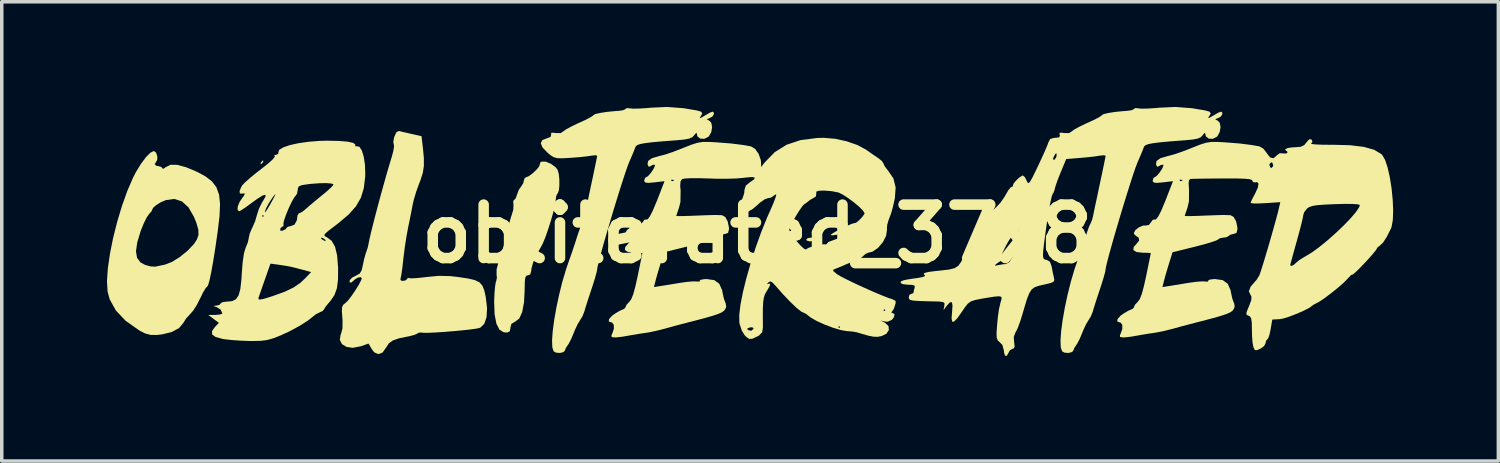
<source format=kicad_pcb>
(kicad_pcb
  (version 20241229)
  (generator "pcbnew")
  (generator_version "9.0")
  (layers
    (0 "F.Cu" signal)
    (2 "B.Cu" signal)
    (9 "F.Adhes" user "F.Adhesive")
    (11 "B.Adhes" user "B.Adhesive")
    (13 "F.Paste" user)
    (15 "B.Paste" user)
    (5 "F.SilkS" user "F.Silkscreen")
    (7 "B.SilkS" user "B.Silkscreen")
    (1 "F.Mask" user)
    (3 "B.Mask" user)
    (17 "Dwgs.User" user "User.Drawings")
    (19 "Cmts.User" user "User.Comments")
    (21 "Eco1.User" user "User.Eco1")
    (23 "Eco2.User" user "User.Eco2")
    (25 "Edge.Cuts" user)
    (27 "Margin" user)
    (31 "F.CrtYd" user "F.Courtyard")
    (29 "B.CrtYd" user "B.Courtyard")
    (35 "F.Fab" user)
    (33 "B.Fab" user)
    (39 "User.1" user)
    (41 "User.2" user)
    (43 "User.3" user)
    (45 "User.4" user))
  (footprint "obliterated_37x8"
    (layer "F.Cu")
    (at 18.543 3.619)
    (property "Reference" "obliterated_37x8" (at 0 0 0) (layer "F.SilkS") (effects (font (size 1.524 1.524) (thickness 0.3))))
    (attr through_hole)
    (fp_poly (pts (xy -14.086 -2.06) (xy -14.096 -2.041) (xy -14.147 -1.989) (xy -14.156 -1.987) (xy -14.16 -2.022) (xy -14.15 -2.041) (xy -14.099 -2.092) (xy -14.09 -2.094)) (stroke (width 0) (type solid)) (fill yes) (layer "F.SilkS"))
    (fp_poly (pts (xy 1.625 0.124) (xy 1.638 0.161) (xy 1.562 0.206) (xy 1.5 0.215) (xy 1.415 0.192) (xy 1.396 0.161) (xy 1.442 0.121) (xy 1.534 0.107)) (stroke (width 0) (type solid)) (fill yes) (layer "F.SilkS"))
    (fp_poly (pts (xy -6.029 -2.059) (xy -5.884 -1.999) (xy -5.753 -1.904) (xy -5.694 -1.829) (xy -5.66 -1.714) (xy -5.643 -1.552) (xy -5.642 -1.38) (xy -5.657 -1.235) (xy -5.689 -1.157) (xy -5.692 -1.155) (xy -5.732 -1.082) (xy -5.746 -0.97) (xy -5.764 -0.833) (xy -5.813 -0.627) (xy -5.882 -0.382) (xy -5.963 -0.127) (xy -6.045 0.105) (xy -6.12 0.286) (xy -6.163 0.366) (xy -6.288 0.581) (xy -6.385 0.8) (xy -6.438 0.988) (xy -6.444 1.049) (xy -6.473 1.157) (xy -6.538 1.181) (xy -6.586 1.195) (xy -6.614 1.249) (xy -6.628 1.365) (xy -6.632 1.565) (xy -6.632 1.598) (xy -6.65 1.954) (xy -6.702 2.228) (xy -6.785 2.413) (xy -6.899 2.501) (xy -6.906 2.503) (xy -7.011 2.567) (xy -7.035 2.661) (xy -7.053 2.775) (xy -7.127 2.814) (xy -7.229 2.806) (xy -7.351 2.732) (xy -7.438 2.561) (xy -7.489 2.295) (xy -7.502 1.939) (xy -7.501 1.906) (xy -7.492 1.683) (xy -7.475 1.497) (xy -7.455 1.377) (xy -7.445 1.353) (xy -7.423 1.25) (xy -7.434 1.15) (xy -7.431 1.007) (xy -7.373 0.793) (xy -7.328 0.67) (xy -7.262 0.481) (xy -7.223 0.32) (xy -7.22 0.222) (xy -7.209 0.105) (xy -7.17 0.055) (xy -7.11 -0.046) (xy -7.088 -0.169) (xy -7.067 -0.325) (xy -7.015 -0.501) (xy -7.005 -0.525) (xy -6.958 -0.684) (xy -6.949 -0.824) (xy -6.953 -0.845) (xy -6.958 -0.938) (xy -6.933 -0.967) (xy -6.887 -1.013) (xy -6.848 -1.124) (xy -6.848 -1.124) (xy -6.797 -1.26) (xy -6.736 -1.345) (xy -6.669 -1.451) (xy -6.659 -1.51) (xy -6.629 -1.594) (xy -6.592 -1.613) (xy -6.511 -1.647) (xy -6.402 -1.728) (xy -6.295 -1.829) (xy -6.218 -1.923) (xy -6.2 -1.983) (xy -6.184 -2.038) (xy -6.145 -2.061)) (stroke (width 0) (type solid)) (fill yes) (layer "F.SilkS"))
    (fp_poly (pts (xy -17.144 -2.318) (xy -17.108 -2.218) (xy -17.109 -2.113) (xy -17.132 -2.071) (xy -17.182 -1.986) (xy -17.132 -1.939) (xy -17.077 -1.933) (xy -16.989 -1.907) (xy -16.969 -1.871) (xy -16.937 -1.855) (xy -16.863 -1.905) (xy -16.727 -1.971) (xy -16.535 -1.968) (xy -16.277 -1.897) (xy -15.994 -1.778) (xy -15.74 -1.643) (xy -15.551 -1.499) (xy -15.422 -1.329) (xy -15.346 -1.118) (xy -15.318 -0.849) (xy -15.333 -0.509) (xy -15.38 -0.107) (xy -15.449 0.374) (xy -15.513 0.778) (xy -15.571 1.1) (xy -15.62 1.331) (xy -15.661 1.468) (xy -15.687 1.504) (xy -15.73 1.549) (xy -15.801 1.668) (xy -15.883 1.835) (xy -15.887 1.842) (xy -15.984 2.032) (xy -16.088 2.194) (xy -16.169 2.285) (xy -16.289 2.416) (xy -16.365 2.54) (xy -16.486 2.685) (xy -16.693 2.797) (xy -16.969 2.866) (xy -17.103 2.881) (xy -17.298 2.881) (xy -17.462 2.837) (xy -17.622 2.753) (xy -18.008 2.481) (xy -18.289 2.185) (xy -18.466 1.865) (xy -18.525 1.644) (xy -18.543 1.357) (xy -18.519 0.995) (xy -18.459 0.577) (xy -18.444 0.498) (xy -17.716 0.498) (xy -17.685 0.684) (xy -17.587 0.814) (xy -17.449 0.888) (xy -17.295 0.928) (xy -17.167 0.935) (xy -17.157 0.933) (xy -17.024 0.905) (xy -16.889 0.877) (xy -16.69 0.8) (xy -16.465 0.66) (xy -16.246 0.482) (xy -16.066 0.293) (xy -15.978 0.161) (xy -15.933 0.03) (xy -15.937 -0.118) (xy -15.992 -0.311) (xy -16.061 -0.482) (xy -16.217 -0.755) (xy -16.404 -0.926) (xy -16.621 -0.996) (xy -16.865 -0.963) (xy -17.008 -0.901) (xy -17.142 -0.818) (xy -17.225 -0.746) (xy -17.238 -0.72) (xy -17.274 -0.642) (xy -17.339 -0.569) (xy -17.406 -0.475) (xy -17.488 -0.312) (xy -17.57 -0.112) (xy -17.581 -0.083) (xy -17.68 0.246) (xy -17.716 0.498) (xy -18.444 0.498) (xy -18.369 0.125) (xy -18.252 -0.341) (xy -18.115 -0.798) (xy -17.962 -1.226) (xy -17.798 -1.605) (xy -17.711 -1.772) (xy -17.571 -2.001) (xy -17.431 -2.187) (xy -17.305 -2.314) (xy -17.21 -2.363) (xy -17.207 -2.363)) (stroke (width 0) (type solid)) (fill yes) (layer "F.SilkS"))
    (fp_poly (pts (xy -10.207 -2.932) (xy -10.108 -2.907) (xy -9.948 -2.87) (xy -9.848 -2.847) (xy -9.573 -2.785) (xy -9.534 -2.453) (xy -9.506 -2.162) (xy -9.506 -1.938) (xy -9.536 -1.742) (xy -9.601 -1.536) (xy -9.64 -1.437) (xy -9.722 -1.212) (xy -9.792 -0.978) (xy -9.825 -0.834) (xy -9.862 -0.64) (xy -9.911 -0.396) (xy -9.959 -0.161) (xy -10.005 0.09) (xy -10.051 0.391) (xy -10.088 0.684) (xy -10.094 0.739) (xy -10.119 0.963) (xy -10.145 1.147) (xy -10.168 1.264) (xy -10.177 1.29) (xy -10.16 1.331) (xy -10.099 1.342) (xy -10.01 1.319) (xy -9.988 1.286) (xy -9.955 1.253) (xy -9.936 1.261) (xy -9.862 1.269) (xy -9.71 1.261) (xy -9.509 1.24) (xy -9.436 1.231) (xy -9.082 1.197) (xy -8.751 1.205) (xy -8.544 1.228) (xy -8.254 1.271) (xy -8.052 1.318) (xy -7.919 1.383) (xy -7.835 1.479) (xy -7.781 1.62) (xy -7.741 1.802) (xy -7.704 2.116) (xy -7.719 2.375) (xy -7.784 2.566) (xy -7.896 2.674) (xy -7.91 2.68) (xy -8.009 2.702) (xy -8.184 2.726) (xy -8.411 2.751) (xy -8.668 2.775) (xy -8.931 2.796) (xy -9.176 2.812) (xy -9.38 2.821) (xy -9.519 2.821) (xy -9.567 2.814) (xy -9.647 2.816) (xy -9.682 2.837) (xy -9.774 2.88) (xy -9.921 2.919) (xy -9.961 2.926) (xy -10.219 2.979) (xy -10.392 3.04) (xy -10.504 3.121) (xy -10.578 3.234) (xy -10.579 3.236) (xy -10.683 3.383) (xy -10.802 3.43) (xy -10.922 3.378) (xy -10.992 3.286) (xy -11.083 3.128) (xy -11.316 3.208) (xy -11.533 3.249) (xy -11.714 3.223) (xy -11.843 3.143) (xy -11.903 3.02) (xy -11.877 2.865) (xy -11.864 2.839) (xy -11.827 2.691) (xy -11.825 2.462) (xy -11.831 2.385) (xy -11.845 2.198) (xy -11.838 2.087) (xy -11.803 2.019) (xy -11.738 1.968) (xy -11.663 1.893) (xy -11.561 1.759) (xy -11.452 1.598) (xy -11.355 1.439) (xy -11.291 1.314) (xy -11.277 1.263) (xy -11.315 1.233) (xy -11.397 1.25) (xy -11.48 1.303) (xy -11.492 1.316) (xy -11.572 1.385) (xy -11.623 1.386) (xy -11.62 1.319) (xy -11.551 1.247) (xy -11.439 1.19) (xy -11.336 1.134) (xy -11.279 1.036) (xy -11.249 0.904) (xy -11.211 0.724) (xy -11.167 0.567) (xy -11.156 0.537) (xy -11.107 0.392) (xy -11.086 0.295) (xy -11.057 0.148) (xy -11.003 -0.082) (xy -10.929 -0.376) (xy -10.841 -0.714) (xy -10.744 -1.075) (xy -10.643 -1.439) (xy -10.544 -1.788) (xy -10.451 -2.101) (xy -10.424 -2.188) (xy -10.377 -2.363) (xy -10.356 -2.494) (xy -10.364 -2.551) (xy -10.378 -2.614) (xy -10.358 -2.737) (xy -10.35 -2.766) (xy -10.29 -2.899) (xy -10.217 -2.934)) (stroke (width 0) (type solid)) (fill yes) (layer "F.SilkS"))
    (fp_poly (pts (xy -2.098 -3.583) (xy -1.725 -3.52) (xy -1.598 -3.483) (xy -1.567 -3.43) (xy -1.617 -3.346) (xy -1.644 -3.3) (xy -1.601 -3.312) (xy -1.497 -3.372) (xy -1.349 -3.457) (xy -1.27 -3.485) (xy -1.239 -3.458) (xy -1.235 -3.416) (xy -1.28 -3.344) (xy -1.356 -3.303) (xy -1.434 -3.271) (xy -1.414 -3.249) (xy -1.383 -3.239) (xy -1.311 -3.172) (xy -1.287 -3.048) (xy -1.309 -2.906) (xy -1.377 -2.784) (xy -1.392 -2.769) (xy -1.509 -2.71) (xy -1.626 -2.717) (xy -1.705 -2.78) (xy -1.718 -2.835) (xy -1.729 -2.885) (xy -1.771 -2.847) (xy -1.797 -2.812) (xy -1.853 -2.755) (xy -1.942 -2.716) (xy -2.088 -2.689) (xy -2.314 -2.668) (xy -2.347 -2.666) (xy -2.724 -2.637) (xy -3.007 -2.611) (xy -3.209 -2.586) (xy -3.343 -2.56) (xy -3.424 -2.53) (xy -3.464 -2.495) (xy -3.473 -2.477) (xy -3.507 -2.386) (xy -3.572 -2.23) (xy -3.653 -2.043) (xy -3.654 -2.041) (xy -3.706 -1.906) (xy -3.778 -1.694) (xy -3.867 -1.421) (xy -3.967 -1.104) (xy -4.073 -0.76) (xy -4.18 -0.404) (xy -4.283 -0.055) (xy -4.377 0.272) (xy -4.457 0.559) (xy -4.518 0.79) (xy -4.555 0.948) (xy -4.564 1.01) (xy -4.581 1.099) (xy -4.626 1.261) (xy -4.691 1.469) (xy -4.729 1.585) (xy -4.805 1.812) (xy -4.87 2.014) (xy -4.915 2.161) (xy -4.925 2.202) (xy -4.984 2.351) (xy -5.047 2.453) (xy -5.12 2.573) (xy -5.2 2.743) (xy -5.234 2.829) (xy -5.305 2.996) (xy -5.375 3.131) (xy -5.404 3.173) (xy -5.465 3.267) (xy -5.477 3.314) (xy -5.522 3.37) (xy -5.624 3.396) (xy -5.736 3.387) (xy -5.807 3.347) (xy -5.843 3.237) (xy -5.851 3.04) (xy -5.832 2.775) (xy -5.79 2.458) (xy -5.728 2.105) (xy -5.649 1.735) (xy -5.556 1.363) (xy -5.45 1.007) (xy -5.363 0.752) (xy -5.285 0.533) (xy -5.199 0.277) (xy -5.145 0.107) (xy -5.084 -0.077) (xy -5.03 -0.223) (xy -4.995 -0.295) (xy -4.955 -0.384) (xy -4.922 -0.51) (xy -4.9 -0.62) (xy -4.86 -0.811) (xy -4.807 -1.059) (xy -4.748 -1.34) (xy -4.728 -1.433) (xy -4.67 -1.705) (xy -4.621 -1.939) (xy -4.585 -2.116) (xy -4.566 -2.214) (xy -4.564 -2.228) (xy -4.61 -2.242) (xy -4.722 -2.231) (xy -4.739 -2.228) (xy -4.878 -2.208) (xy -5.082 -2.187) (xy -5.312 -2.169) (xy -5.343 -2.167) (xy -5.559 -2.155) (xy -5.701 -2.159) (xy -5.8 -2.185) (xy -5.89 -2.24) (xy -5.974 -2.309) (xy -6.122 -2.461) (xy -6.173 -2.585) (xy -6.127 -2.675) (xy -6.011 -2.72) (xy -5.895 -2.763) (xy -5.876 -2.829) (xy -5.877 -2.831) (xy -5.876 -2.882) (xy -5.802 -2.884) (xy -5.754 -2.875) (xy -5.601 -2.875) (xy -5.539 -2.917) (xy -5.462 -2.974) (xy -5.314 -3.055) (xy -5.124 -3.147) (xy -5.074 -3.169) (xy -4.888 -3.254) (xy -4.748 -3.328) (xy -4.676 -3.377) (xy -4.672 -3.385) (xy -4.622 -3.415) (xy -4.489 -3.447) (xy -4.296 -3.477) (xy -4.067 -3.5) (xy -3.96 -3.507) (xy -3.831 -3.524) (xy -3.762 -3.555) (xy -3.759 -3.563) (xy -3.715 -3.588) (xy -3.637 -3.579) (xy -3.53 -3.57) (xy -3.348 -3.574) (xy -3.125 -3.589) (xy -3.034 -3.598) (xy -2.569 -3.619)) (stroke (width 0) (type solid)) (fill yes) (layer "F.SilkS"))
    (fp_poly (pts (xy -11.93 -2.65) (xy -11.678 -2.629) (xy -11.519 -2.594) (xy -11.46 -2.547) (xy -11.465 -2.523) (xy -11.456 -2.493) (xy -11.42 -2.501) (xy -11.342 -2.482) (xy -11.274 -2.374) (xy -11.22 -2.198) (xy -11.186 -1.972) (xy -11.177 -1.716) (xy -11.18 -1.625) (xy -11.219 -1.302) (xy -11.302 -1.03) (xy -11.442 -0.787) (xy -11.652 -0.551) (xy -11.946 -0.303) (xy -12.033 -0.236) (xy -12.209 -0.103) (xy -12.31 -0.018) (xy -12.346 0.033) (xy -12.328 0.067) (xy -12.271 0.097) (xy -12.135 0.198) (xy -12.04 0.366) (xy -11.98 0.613) (xy -11.953 0.95) (xy -11.952 0.988) (xy -11.954 1.308) (xy -11.986 1.55) (xy -12.055 1.742) (xy -12.167 1.909) (xy -12.216 1.964) (xy -12.304 2.07) (xy -12.35 2.145) (xy -12.351 2.152) (xy -12.395 2.2) (xy -12.458 2.228) (xy -12.581 2.289) (xy -12.633 2.329) (xy -12.806 2.468) (xy -13.05 2.623) (xy -13.332 2.776) (xy -13.585 2.893) (xy -13.8 2.977) (xy -13.975 3.027) (xy -14.156 3.05) (xy -14.386 3.055) (xy -14.471 3.055) (xy -14.732 3.045) (xy -14.99 3.027) (xy -15.201 3.003) (xy -15.241 2.996) (xy -15.445 2.941) (xy -15.545 2.867) (xy -15.546 2.769) (xy -15.469 2.662) (xy -15.352 2.537) (xy -15.503 2.425) (xy -15.653 2.312) (xy -15.452 2.311) (xy -15.323 2.3) (xy -15.255 2.276) (xy -15.252 2.269) (xy -15.302 2.159) (xy -15.424 2.084) (xy -15.439 2.08) (xy -15.508 2.059) (xy -15.476 2.05) (xy -15.425 2.047) (xy -15.331 2.022) (xy -15.304 1.987) (xy -15.257 1.951) (xy -15.143 1.933) (xy -15.127 1.933) (xy -14.974 1.918) (xy -14.864 1.864) (xy -14.861 1.858) (xy -14.224 1.858) (xy -14.188 1.874) (xy -14.093 1.858) (xy -13.923 1.808) (xy -13.797 1.767) (xy -13.47 1.648) (xy -13.223 1.53) (xy -13.028 1.396) (xy -12.898 1.274) (xy -12.721 1.09) (xy -12.952 1.026) (xy -13.213 0.958) (xy -13.429 0.913) (xy -13.655 0.879) (xy -13.667 0.877) (xy -13.881 0.849) (xy -14.038 1.297) (xy -14.111 1.506) (xy -14.172 1.68) (xy -14.211 1.792) (xy -14.218 1.812) (xy -14.224 1.858) (xy -14.861 1.858) (xy -14.789 1.754) (xy -14.74 1.575) (xy -14.71 1.312) (xy -14.699 1.138) (xy -14.673 0.805) (xy -14.635 0.551) (xy -14.587 0.391) (xy -14.583 0.384) (xy -14.524 0.238) (xy -14.502 0.129) (xy -12.442 0.129) (xy -12.405 0.161) (xy -12.319 0.209) (xy -12.308 0.191) (xy -12.324 0.161) (xy -12.403 0.11) (xy -12.421 0.108) (xy -12.442 0.129) (xy -14.502 0.129) (xy -14.499 0.114) (xy -14.499 0.112) (xy -14.473 -0.007) (xy -14.416 -0.14) (xy -13.603 -0.14) (xy -13.597 -0.088) (xy -13.528 -0.093) (xy -13.443 -0.136) (xy -13.425 -0.167) (xy -13.38 -0.206) (xy -13.321 -0.215) (xy -13.196 -0.262) (xy -13.129 -0.385) (xy -13.126 -0.403) (xy -13.113 -0.505) (xy -13.111 -0.524) (xy -13.071 -0.586) (xy -13.051 -0.591) (xy -12.98 -0.624) (xy -12.878 -0.706) (xy -12.872 -0.712) (xy -12.767 -0.804) (xy -12.609 -0.937) (xy -12.432 -1.082) (xy -12.413 -1.097) (xy -12.257 -1.227) (xy -12.141 -1.334) (xy -12.085 -1.399) (xy -12.082 -1.406) (xy -12.132 -1.434) (xy -12.267 -1.447) (xy -12.468 -1.445) (xy -12.712 -1.427) (xy -12.821 -1.415) (xy -12.986 -1.39) (xy -13.071 -1.355) (xy -13.1 -1.297) (xy -13.103 -1.258) (xy -13.122 -1.148) (xy -13.151 -1.104) (xy -13.206 -1.035) (xy -13.281 -0.899) (xy -13.362 -0.727) (xy -13.436 -0.548) (xy -13.49 -0.395) (xy -13.511 -0.298) (xy -13.509 -0.285) (xy -13.51 -0.222) (xy -13.528 -0.215) (xy -13.586 -0.172) (xy -13.603 -0.14) (xy -14.416 -0.14) (xy -14.41 -0.154) (xy -14.4 -0.173) (xy -14.32 -0.354) (xy -14.274 -0.51) (xy -14.123 -0.51) (xy -14.096 -0.483) (xy -14.069 -0.51) (xy -14.096 -0.537) (xy -14.123 -0.51) (xy -14.274 -0.51) (xy -14.265 -0.543) (xy -14.264 -0.545) (xy -14.238 -0.628) (xy -14.042 -0.628) (xy -14.033 -0.615) (xy -13.984 -0.68) (xy -13.901 -0.817) (xy -13.833 -0.94) (xy -13.758 -1.081) (xy -13.734 -1.136) (xy -13.76 -1.113) (xy -13.811 -1.05) (xy -13.918 -0.892) (xy -14.004 -0.731) (xy -14.005 -0.728) (xy -14.042 -0.628) (xy -14.238 -0.628) (xy -14.208 -0.72) (xy -14.117 -0.903) (xy -14.096 -0.934) (xy -14.022 -1.063) (xy -14.024 -1.116) (xy -14.103 -1.095) (xy -14.258 -0.998) (xy -14.414 -0.885) (xy -14.574 -0.768) (xy -14.702 -0.683) (xy -14.773 -0.645) (xy -14.777 -0.644) (xy -14.819 -0.685) (xy -14.812 -0.784) (xy -14.762 -0.908) (xy -14.714 -0.981) (xy -14.627 -1.104) (xy -14.616 -1.158) (xy -14.679 -1.15) (xy -14.687 -1.147) (xy -14.753 -1.152) (xy -14.761 -1.224) (xy -14.711 -1.341) (xy -14.683 -1.386) (xy -14.605 -1.469) (xy -14.463 -1.595) (xy -14.279 -1.745) (xy -14.144 -1.85) (xy -13.954 -2) (xy -13.821 -2.119) (xy -13.757 -2.197) (xy -13.759 -2.219) (xy -13.778 -2.243) (xy -13.728 -2.251) (xy -13.656 -2.284) (xy -13.655 -2.325) (xy -13.631 -2.397) (xy -13.516 -2.466) (xy -13.327 -2.531) (xy -13.078 -2.586) (xy -12.788 -2.627) (xy -12.471 -2.652) (xy -12.27 -2.657)) (stroke (width 0) (type solid)) (fill yes) (layer "F.SilkS"))
    (fp_poly (pts (xy 12.401 -3.583) (xy 12.774 -3.52) (xy 12.901 -3.483) (xy 12.932 -3.43) (xy 12.882 -3.346) (xy 12.855 -3.3) (xy 12.898 -3.312) (xy 13.002 -3.372) (xy 13.15 -3.457) (xy 13.229 -3.485) (xy 13.26 -3.458) (xy 13.264 -3.416) (xy 13.219 -3.344) (xy 13.143 -3.303) (xy 13.065 -3.271) (xy 13.085 -3.249) (xy 13.116 -3.239) (xy 13.187 -3.172) (xy 13.212 -3.048) (xy 13.189 -2.906) (xy 13.122 -2.784) (xy 13.107 -2.769) (xy 12.99 -2.71) (xy 12.873 -2.717) (xy 12.794 -2.78) (xy 12.781 -2.835) (xy 12.77 -2.885) (xy 12.728 -2.847) (xy 12.702 -2.812) (xy 12.646 -2.755) (xy 12.557 -2.716) (xy 12.411 -2.689) (xy 12.185 -2.668) (xy 12.152 -2.666) (xy 11.775 -2.637) (xy 11.492 -2.611) (xy 11.29 -2.586) (xy 11.156 -2.56) (xy 11.075 -2.53) (xy 11.035 -2.495) (xy 11.026 -2.477) (xy 10.992 -2.386) (xy 10.927 -2.23) (xy 10.846 -2.043) (xy 10.845 -2.041) (xy 10.793 -1.906) (xy 10.72 -1.694) (xy 10.632 -1.421) (xy 10.532 -1.104) (xy 10.426 -0.76) (xy 10.319 -0.404) (xy 10.216 -0.055) (xy 10.122 0.272) (xy 10.042 0.559) (xy 9.981 0.79) (xy 9.944 0.948) (xy 9.934 1.01) (xy 9.918 1.099) (xy 9.873 1.261) (xy 9.808 1.469) (xy 9.77 1.585) (xy 9.694 1.812) (xy 9.629 2.014) (xy 9.584 2.161) (xy 9.574 2.202) (xy 9.515 2.351) (xy 9.452 2.453) (xy 9.379 2.573) (xy 9.299 2.743) (xy 9.265 2.829) (xy 9.194 2.996) (xy 9.124 3.131) (xy 9.095 3.173) (xy 9.034 3.267) (xy 9.022 3.314) (xy 8.977 3.37) (xy 8.875 3.396) (xy 8.763 3.387) (xy 8.692 3.347) (xy 8.656 3.237) (xy 8.648 3.04) (xy 8.667 2.775) (xy 8.709 2.458) (xy 8.771 2.105) (xy 8.85 1.735) (xy 8.943 1.363) (xy 9.048 1.007) (xy 9.136 0.752) (xy 9.214 0.533) (xy 9.3 0.277) (xy 9.354 0.107) (xy 9.415 -0.077) (xy 9.469 -0.223) (xy 9.504 -0.295) (xy 9.544 -0.384) (xy 9.577 -0.51) (xy 9.599 -0.62) (xy 9.639 -0.811) (xy 9.692 -1.059) (xy 9.751 -1.34) (xy 9.771 -1.433) (xy 9.829 -1.705) (xy 9.878 -1.939) (xy 9.914 -2.116) (xy 9.933 -2.214) (xy 9.934 -2.228) (xy 9.889 -2.242) (xy 9.776 -2.232) (xy 9.76 -2.229) (xy 9.617 -2.207) (xy 9.412 -2.184) (xy 9.198 -2.165) (xy 8.811 -2.134) (xy 8.648 -1.742) (xy 8.57 -1.547) (xy 8.513 -1.385) (xy 8.485 -1.286) (xy 8.485 -1.276) (xy 8.449 -1.173) (xy 8.427 -1.146) (xy 8.4 -1.074) (xy 8.363 -0.917) (xy 8.32 -0.695) (xy 8.277 -0.427) (xy 8.26 -0.316) (xy 8.21 0.04) (xy 8.175 0.304) (xy 8.154 0.49) (xy 8.148 0.612) (xy 8.157 0.684) (xy 8.18 0.721) (xy 8.217 0.736) (xy 8.251 0.741) (xy 8.345 0.793) (xy 8.394 0.926) (xy 8.395 0.929) (xy 8.427 1.101) (xy 8.459 1.24) (xy 8.472 1.317) (xy 8.448 1.366) (xy 8.365 1.402) (xy 8.203 1.441) (xy 8.161 1.45) (xy 8.012 1.485) (xy 7.902 1.526) (xy 7.821 1.591) (xy 7.754 1.698) (xy 7.69 1.864) (xy 7.616 2.105) (xy 7.564 2.287) (xy 7.498 2.498) (xy 7.432 2.676) (xy 7.377 2.79) (xy 7.367 2.804) (xy 7.315 2.939) (xy 7.326 3.086) (xy 7.34 3.216) (xy 7.314 3.27) (xy 7.282 3.276) (xy 7.204 3.32) (xy 7.169 3.383) (xy 7.117 3.478) (xy 7.066 3.473) (xy 7.037 3.378) (xy 7.035 3.332) (xy 6.99 3.168) (xy 6.921 3.095) (xy 6.861 3.041) (xy 6.83 2.969) (xy 6.824 2.848) (xy 6.836 2.651) (xy 6.836 2.649) (xy 6.862 2.365) (xy 6.893 2.15) (xy 6.935 1.967) (xy 6.957 1.893) (xy 6.971 1.829) (xy 6.955 1.792) (xy 6.892 1.779) (xy 6.766 1.789) (xy 6.559 1.822) (xy 6.417 1.846) (xy 6.22 1.884) (xy 6.093 1.925) (xy 6.001 1.994) (xy 5.909 2.112) (xy 5.838 2.218) (xy 5.703 2.409) (xy 5.61 2.504) (xy 5.558 2.502) (xy 5.542 2.404) (xy 5.556 2.229) (xy 5.569 2.037) (xy 5.548 1.946) (xy 5.49 1.955) (xy 5.401 2.054) (xy 5.311 2.175) (xy 5.335 2.054) (xy 5.341 1.983) (xy 5.304 1.946) (xy 5.2 1.931) (xy 5.083 1.927) (xy 4.787 1.92) (xy 4.581 1.912) (xy 4.448 1.902) (xy 4.372 1.887) (xy 4.336 1.863) (xy 4.323 1.83) (xy 4.32 1.812) (xy 4.342 1.734) (xy 4.381 1.718) (xy 4.45 1.69) (xy 4.457 1.669) (xy 4.475 1.579) (xy 4.49 1.535) (xy 4.491 1.48) (xy 4.425 1.455) (xy 4.302 1.45) (xy 4.157 1.435) (xy 4.086 1.4) (xy 4.1 1.355) (xy 4.175 1.323) (xy 4.28 1.301) (xy 4.447 1.275) (xy 4.558 1.26) (xy 4.71 1.233) (xy 4.784 1.202) (xy 4.78 1.182) (xy 4.743 1.144) (xy 4.775 1.113) (xy 4.889 1.085) (xy 5.094 1.059) (xy 5.235 1.045) (xy 5.474 1.017) (xy 5.632 0.976) (xy 5.739 0.906) (xy 5.745 0.896) (xy 6.775 0.896) (xy 6.797 0.906) (xy 6.874 0.891) (xy 7.01 0.867) (xy 7.089 0.86) (xy 7.191 0.807) (xy 7.279 0.66) (xy 7.347 0.431) (xy 7.357 0.383) (xy 7.393 0.203) (xy 7.43 0.047) (xy 7.441 0.007) (xy 7.455 -0.085) (xy 7.422 -0.099) (xy 7.354 -0.047) (xy 7.264 0.06) (xy 7.164 0.209) (xy 7.097 0.33) (xy 7.008 0.507) (xy 6.967 0.613) (xy 6.968 0.67) (xy 7.006 0.701) (xy 7.019 0.706) (xy 7.078 0.737) (xy 7.037 0.748) (xy 7.032 0.748) (xy 6.926 0.783) (xy 6.844 0.836) (xy 6.775 0.896) (xy 5.745 0.896) (xy 5.82 0.789) (xy 5.884 0.658) (xy 5.948 0.542) (xy 6.004 0.485) (xy 6.01 0.483) (xy 6.048 0.436) (xy 6.085 0.317) (xy 6.095 0.268) (xy 6.148 0.099) (xy 6.231 -0.001) (xy 6.234 -0.003) (xy 6.317 -0.078) (xy 6.337 -0.132) (xy 6.372 -0.214) (xy 6.461 -0.329) (xy 6.498 -0.368) (xy 6.598 -0.479) (xy 6.654 -0.565) (xy 6.659 -0.583) (xy 6.697 -0.649) (xy 6.792 -0.743) (xy 6.814 -0.761) (xy 6.936 -0.89) (xy 7.054 -1.059) (xy 7.084 -1.114) (xy 7.163 -1.249) (xy 7.234 -1.331) (xy 7.26 -1.342) (xy 7.298 -1.361) (xy 7.291 -1.373) (xy 7.304 -1.425) (xy 7.371 -1.51) (xy 7.462 -1.598) (xy 7.547 -1.656) (xy 7.575 -1.665) (xy 7.63 -1.62) (xy 7.683 -1.519) (xy 7.709 -1.462) (xy 7.737 -1.447) (xy 7.777 -1.485) (xy 7.838 -1.589) (xy 7.928 -1.771) (xy 8.005 -1.931) (xy 8.111 -2.157) (xy 8.437 -2.157) (xy 8.445 -2.11) (xy 8.485 -2.121) (xy 8.531 -2.198) (xy 8.537 -2.245) (xy 8.529 -2.305) (xy 8.492 -2.266) (xy 8.485 -2.255) (xy 8.437 -2.157) (xy 8.111 -2.157) (xy 8.115 -2.166) (xy 8.209 -2.375) (xy 8.276 -2.535) (xy 8.304 -2.613) (xy 8.356 -2.707) (xy 8.468 -2.738) (xy 8.496 -2.739) (xy 8.607 -2.751) (xy 8.632 -2.798) (xy 8.625 -2.823) (xy 8.62 -2.88) (xy 8.685 -2.886) (xy 8.745 -2.875) (xy 8.898 -2.875) (xy 8.96 -2.917) (xy 9.037 -2.974) (xy 9.185 -3.055) (xy 9.375 -3.147) (xy 9.425 -3.169) (xy 9.611 -3.254) (xy 9.751 -3.328) (xy 9.823 -3.377) (xy 9.827 -3.385) (xy 9.877 -3.415) (xy 10.01 -3.447) (xy 10.203 -3.477) (xy 10.432 -3.5) (xy 10.539 -3.507) (xy 10.668 -3.524) (xy 10.737 -3.555) (xy 10.74 -3.563) (xy 10.784 -3.588) (xy 10.862 -3.579) (xy 10.969 -3.57) (xy 11.151 -3.574) (xy 11.374 -3.589) (xy 11.465 -3.598) (xy 11.93 -3.619)) (stroke (width 0) (type solid)) (fill yes) (layer "F.SilkS"))
    (fp_poly (pts (xy 15.801 -2.692) (xy 15.809 -2.686) (xy 15.834 -2.62) (xy 15.793 -2.581) (xy 15.812 -2.563) (xy 15.926 -2.55) (xy 16.121 -2.542) (xy 16.383 -2.54) (xy 16.411 -2.541) (xy 16.902 -2.528) (xy 17.295 -2.481) (xy 17.59 -2.398) (xy 17.791 -2.28) (xy 17.823 -2.249) (xy 17.904 -2.109) (xy 17.977 -1.887) (xy 18.04 -1.607) (xy 18.089 -1.294) (xy 18.121 -0.972) (xy 18.134 -0.666) (xy 18.125 -0.401) (xy 18.09 -0.202) (xy 18.071 -0.151) (xy 17.949 0.089) (xy 17.85 0.243) (xy 17.763 0.327) (xy 17.752 0.334) (xy 17.68 0.394) (xy 17.667 0.423) (xy 17.633 0.477) (xy 17.54 0.59) (xy 17.405 0.741) (xy 17.318 0.834) (xy 17.169 0.989) (xy 17.052 1.102) (xy 16.982 1.16) (xy 16.969 1.162) (xy 16.939 1.171) (xy 16.865 1.245) (xy 16.832 1.282) (xy 16.725 1.391) (xy 16.565 1.531) (xy 16.381 1.68) (xy 16.197 1.819) (xy 16.043 1.925) (xy 15.949 1.976) (xy 15.861 2.021) (xy 15.841 2.038) (xy 15.752 2.103) (xy 15.591 2.187) (xy 15.393 2.275) (xy 15.188 2.354) (xy 15.01 2.411) (xy 14.901 2.432) (xy 14.687 2.443) (xy 14.639 2.725) (xy 14.605 2.882) (xy 14.567 2.985) (xy 14.545 3.007) (xy 14.507 3.052) (xy 14.499 3.106) (xy 14.454 3.199) (xy 14.362 3.267) (xy 14.246 3.317) (xy 14.19 3.313) (xy 14.157 3.247) (xy 14.144 3.209) (xy 14.123 3.093) (xy 14.11 2.912) (xy 14.106 2.726) (xy 14.102 2.527) (xy 14.085 2.411) (xy 14.047 2.352) (xy 14.012 2.335) (xy 13.958 2.31) (xy 13.947 2.263) (xy 13.979 2.165) (xy 14.025 2.059) (xy 14.088 1.889) (xy 14.093 1.788) (xy 14.074 1.756) (xy 14.019 1.638) (xy 14.069 1.505) (xy 14.136 1.429) (xy 14.248 1.298) (xy 14.319 1.181) (xy 14.353 1.088) (xy 14.408 0.913) (xy 14.414 0.896) (xy 15.197 0.896) (xy 15.231 0.916) (xy 15.304 0.881) (xy 15.361 0.828) (xy 15.453 0.75) (xy 15.594 0.662) (xy 15.633 0.641) (xy 15.816 0.53) (xy 16.032 0.372) (xy 16.267 0.181) (xy 16.503 -0.029) (xy 16.726 -0.242) (xy 16.921 -0.444) (xy 17.072 -0.621) (xy 17.164 -0.758) (xy 17.184 -0.823) (xy 17.133 -0.842) (xy 16.988 -0.853) (xy 16.765 -0.855) (xy 16.486 -0.848) (xy 16.186 -0.835) (xy 15.975 -0.819) (xy 15.832 -0.796) (xy 15.739 -0.765) (xy 15.681 -0.725) (xy 15.599 -0.622) (xy 15.572 -0.542) (xy 15.558 -0.46) (xy 15.52 -0.297) (xy 15.463 -0.077) (xy 15.393 0.179) (xy 15.384 0.211) (xy 15.314 0.462) (xy 15.256 0.673) (xy 15.215 0.823) (xy 15.197 0.894) (xy 15.197 0.896) (xy 14.414 0.896) (xy 14.48 0.678) (xy 14.561 0.406) (xy 14.645 0.117) (xy 14.725 -0.166) (xy 14.796 -0.421) (xy 14.851 -0.627) (xy 14.877 -0.734) (xy 14.915 -0.904) (xy 14.492 -0.876) (xy 14.295 -0.867) (xy 14.147 -0.868) (xy 14.073 -0.879) (xy 14.069 -0.884) (xy 14.093 -0.948) (xy 14.155 -1.07) (xy 14.195 -1.144) (xy 14.275 -1.318) (xy 14.294 -1.433) (xy 14.252 -1.478) (xy 14.2 -1.468) (xy 14.133 -1.478) (xy 14.123 -1.511) (xy 14.103 -1.54) (xy 14.034 -1.56) (xy 13.904 -1.572) (xy 13.697 -1.579) (xy 13.402 -1.58) (xy 13.277 -1.58) (xy 12.982 -1.578) (xy 12.722 -1.575) (xy 12.518 -1.572) (xy 12.389 -1.568) (xy 12.357 -1.566) (xy 12.315 -1.536) (xy 12.301 -1.444) (xy 12.312 -1.269) (xy 12.313 -1.259) (xy 12.311 -0.928) (xy 12.267 -0.742) (xy 12.22 -0.606) (xy 12.193 -0.522) (xy 12.19 -0.51) (xy 12.24 -0.507) (xy 12.374 -0.508) (xy 12.569 -0.513) (xy 12.713 -0.519) (xy 12.947 -0.528) (xy 13.145 -0.535) (xy 13.28 -0.538) (xy 13.318 -0.538) (xy 13.443 -0.534) (xy 13.495 -0.533) (xy 13.586 -0.482) (xy 13.657 -0.354) (xy 13.692 -0.178) (xy 13.693 -0.131) (xy 13.666 -0.027) (xy 13.589 0) (xy 13.486 0.025) (xy 13.452 0.054) (xy 13.378 0.096) (xy 13.292 0.107) (xy 13.187 0.126) (xy 13.147 0.157) (xy 13.091 0.188) (xy 12.951 0.237) (xy 12.748 0.296) (xy 12.502 0.361) (xy 12.486 0.365) (xy 11.843 0.524) (xy 11.744 0.839) (xy 11.682 1.044) (xy 11.626 1.237) (xy 11.6 1.336) (xy 11.554 1.517) (xy 11.751 1.486) (xy 11.909 1.461) (xy 12.123 1.426) (xy 12.316 1.394) (xy 12.517 1.367) (xy 12.686 1.354) (xy 12.786 1.359) (xy 12.855 1.361) (xy 12.858 1.337) (xy 12.887 1.309) (xy 12.994 1.291) (xy 13.064 1.289) (xy 13.276 1.32) (xy 13.415 1.421) (xy 13.497 1.604) (xy 13.515 1.698) (xy 13.548 1.849) (xy 13.589 1.958) (xy 13.597 1.97) (xy 13.615 2.073) (xy 13.588 2.143) (xy 13.552 2.192) (xy 13.489 2.237) (xy 13.386 2.283) (xy 13.226 2.337) (xy 12.995 2.403) (xy 12.679 2.486) (xy 12.566 2.515) (xy 12.312 2.581) (xy 12.046 2.652) (xy 11.841 2.709) (xy 11.626 2.763) (xy 11.415 2.807) (xy 11.304 2.825) (xy 11.112 2.853) (xy 10.894 2.89) (xy 10.831 2.902) (xy 10.648 2.933) (xy 10.487 2.951) (xy 10.44 2.953) (xy 10.348 2.942) (xy 10.342 2.89) (xy 10.362 2.85) (xy 10.411 2.709) (xy 10.409 2.591) (xy 10.358 2.527) (xy 10.337 2.524) (xy 10.265 2.497) (xy 10.275 2.429) (xy 10.36 2.334) (xy 10.451 2.269) (xy 10.58 2.193) (xy 10.674 2.151) (xy 10.69 2.148) (xy 10.738 2.106) (xy 10.74 2.089) (xy 10.778 2.014) (xy 10.848 1.942) (xy 10.907 1.863) (xy 10.965 1.718) (xy 11.026 1.492) (xy 11.089 1.208) (xy 11.14 0.96) (xy 11.182 0.754) (xy 11.211 0.611) (xy 11.223 0.551) (xy 11.223 0.55) (xy 11.175 0.542) (xy 11.054 0.538) (xy 10.987 0.537) (xy 10.811 0.517) (xy 10.725 0.46) (xy 10.735 0.374) (xy 10.798 0.304) (xy 10.889 0.194) (xy 10.879 0.11) (xy 10.821 0.073) (xy 10.749 0.009) (xy 10.74 -0.026) (xy 10.785 -0.11) (xy 10.89 -0.19) (xy 11.009 -0.238) (xy 11.082 -0.237) (xy 11.168 -0.255) (xy 11.223 -0.323) (xy 11.28 -0.4) (xy 11.315 -0.41) (xy 11.365 -0.408) (xy 11.433 -0.491) (xy 11.522 -0.665) (xy 11.635 -0.935) (xy 11.663 -1.007) (xy 11.856 -1.503) (xy 11.567 -1.469) (xy 11.398 -1.454) (xy 11.31 -1.463) (xy 11.279 -1.5) (xy 11.277 -1.523) (xy 11.282 -1.539) (xy 12.047 -1.539) (xy 12.054 -1.507) (xy 12.082 -1.504) (xy 12.127 -1.523) (xy 12.118 -1.539) (xy 12.055 -1.546) (xy 12.047 -1.539) (xy 11.282 -1.539) (xy 11.302 -1.599) (xy 11.327 -1.611) (xy 11.388 -1.65) (xy 11.468 -1.741) (xy 11.541 -1.85) (xy 11.582 -1.94) (xy 11.58 -1.96) (xy 14.606 -1.96) (xy 14.635 -1.889) (xy 14.66 -1.879) (xy 14.708 -1.923) (xy 14.714 -1.96) (xy 14.685 -2.032) (xy 14.66 -2.041) (xy 14.612 -1.997) (xy 14.606 -1.96) (xy 11.58 -1.96) (xy 11.579 -1.971) (xy 11.518 -1.968) (xy 11.473 -1.94) (xy 11.408 -1.911) (xy 11.371 -1.978) (xy 11.371 -1.98) (xy 11.387 -2.079) (xy 11.498 -2.158) (xy 11.709 -2.221) (xy 11.76 -2.232) (xy 11.896 -2.269) (xy 12.095 -2.337) (xy 12.321 -2.423) (xy 12.4 -2.455) (xy 12.625 -2.544) (xy 12.792 -2.597) (xy 12.944 -2.621) (xy 13.122 -2.622) (xy 13.313 -2.612) (xy 13.751 -2.578) (xy 14.107 -2.533) (xy 14.323 -2.494) (xy 14.431 -2.431) (xy 14.524 -2.313) (xy 14.526 -2.308) (xy 14.621 -2.183) (xy 14.719 -2.154) (xy 14.805 -2.226) (xy 14.812 -2.237) (xy 14.901 -2.301) (xy 14.975 -2.295) (xy 15.078 -2.291) (xy 15.12 -2.314) (xy 15.109 -2.359) (xy 15.09 -2.363) (xy 15.055 -2.396) (xy 15.063 -2.416) (xy 15.132 -2.449) (xy 15.268 -2.468) (xy 15.333 -2.47) (xy 15.497 -2.483) (xy 15.598 -2.531) (xy 15.66 -2.607) (xy 15.739 -2.697)) (stroke (width 0) (type solid)) (fill yes) (layer "F.SilkS"))
    (fp_poly (pts (xy 2.219 -2.712) (xy 2.553 -2.639) (xy 2.861 -2.532) (xy 3.105 -2.4) (xy 3.119 -2.39) (xy 3.277 -2.278) (xy 3.429 -2.175) (xy 3.45 -2.161) (xy 3.552 -2.08) (xy 3.597 -2.011) (xy 3.598 -2.008) (xy 3.632 -1.932) (xy 3.714 -1.824) (xy 3.727 -1.809) (xy 3.882 -1.583) (xy 3.947 -1.326) (xy 3.925 -1.019) (xy 3.918 -0.983) (xy 3.875 -0.795) (xy 3.833 -0.636) (xy 3.811 -0.567) (xy 3.742 -0.382) (xy 3.707 -0.261) (xy 3.698 -0.169) (xy 3.701 -0.123) (xy 3.675 0.056) (xy 3.581 0.24) (xy 3.443 0.401) (xy 3.285 0.509) (xy 3.166 0.537) (xy 3.084 0.574) (xy 3.008 0.644) (xy 2.899 0.733) (xy 2.814 0.769) (xy 2.698 0.803) (xy 2.546 0.863) (xy 2.524 0.873) (xy 2.37 0.94) (xy 2.241 0.991) (xy 2.229 0.995) (xy 2.164 1.024) (xy 2.172 1.063) (xy 2.259 1.136) (xy 2.272 1.146) (xy 2.376 1.21) (xy 2.555 1.302) (xy 2.786 1.414) (xy 3.043 1.532) (xy 3.303 1.648) (xy 3.542 1.749) (xy 3.735 1.825) (xy 3.856 1.864) (xy 3.946 1.911) (xy 3.946 1.98) (xy 3.911 2.086) (xy 3.903 2.121) (xy 3.855 2.201) (xy 3.84 2.214) (xy 3.824 2.25) (xy 3.853 2.255) (xy 3.914 2.289) (xy 3.9 2.372) (xy 3.84 2.451) (xy 3.717 2.506) (xy 3.638 2.5) (xy 3.517 2.47) (xy 3.641 2.533) (xy 3.743 2.628) (xy 3.754 2.742) (xy 3.683 2.848) (xy 3.546 2.915) (xy 3.435 2.935) (xy 3.319 2.933) (xy 3.169 2.903) (xy 2.958 2.843) (xy 2.846 2.808) (xy 2.742 2.789) (xy 2.587 2.774) (xy 2.551 2.772) (xy 2.379 2.742) (xy 2.155 2.675) (xy 2.112 2.658) (xy 2.309 2.658) (xy 2.336 2.685) (xy 2.363 2.658) (xy 2.336 2.631) (xy 2.309 2.658) (xy 2.112 2.658) (xy 1.914 2.583) (xy 1.692 2.482) (xy 1.524 2.385) (xy 1.48 2.35) (xy 1.389 2.279) (xy 1.338 2.255) (xy 1.254 2.216) (xy 1.203 2.175) (xy 3.598 2.175) (xy 3.625 2.202) (xy 3.652 2.175) (xy 3.625 2.148) (xy 3.598 2.175) (xy 1.203 2.175) (xy 1.116 2.105) (xy 0.94 1.937) (xy 0.737 1.724) (xy 0.523 1.48) (xy 0.519 1.477) (xy 0.425 1.377) (xy 0.363 1.355) (xy 0.313 1.391) (xy 0.274 1.44) (xy 0.309 1.428) (xy 0.368 1.415) (xy 0.359 1.479) (xy 0.284 1.613) (xy 0.268 1.638) (xy 0.222 1.717) (xy 0.191 1.81) (xy 0.171 1.935) (xy 0.161 2.111) (xy 0.159 2.358) (xy 0.162 2.669) (xy 0.141 2.806) (xy 0.054 2.896) (xy 0.004 2.924) (xy -0.138 2.99) (xy -0.229 2.995) (xy -0.314 2.936) (xy -0.362 2.886) (xy -0.44 2.757) (xy -0.458 2.703) (xy -0.29 2.703) (xy -0.262 2.743) (xy -0.167 2.763) (xy -0.11 2.71) (xy -0.107 2.687) (xy -0.15 2.662) (xy -0.219 2.671) (xy -0.29 2.703) (xy -0.458 2.703) (xy -0.499 2.581) (xy -0.51 2.523) (xy -0.513 2.311) (xy -0.478 2.019) (xy -0.408 1.663) (xy -0.309 1.261) (xy -0.186 0.83) (xy -0.043 0.386) (xy 0.114 -0.052) (xy 0.141 -0.118) (xy 0.913 -0.118) (xy 0.943 -0.04) (xy 1.02 0.077) (xy 1.124 0.208) (xy 1.232 0.33) (xy 1.326 0.417) (xy 1.384 0.446) (xy 1.391 0.442) (xy 1.459 0.401) (xy 1.592 0.353) (xy 1.661 0.334) (xy 1.813 0.304) (xy 1.921 0.296) (xy 1.943 0.302) (xy 1.985 0.29) (xy 1.987 0.276) (xy 2.033 0.229) (xy 2.144 0.189) (xy 2.283 0.136) (xy 2.371 0.07) (xy 2.406 0.016) (xy 2.37 0.005) (xy 2.268 0.024) (xy 2.151 0.042) (xy 2.095 0.035) (xy 2.094 0.032) (xy 2.138 -0.007) (xy 2.25 -0.074) (xy 2.398 -0.151) (xy 2.554 -0.226) (xy 2.687 -0.283) (xy 2.765 -0.306) (xy 2.774 -0.305) (xy 2.823 -0.321) (xy 2.907 -0.39) (xy 2.994 -0.481) (xy 3.052 -0.562) (xy 3.061 -0.589) (xy 3.019 -0.66) (xy 2.912 -0.768) (xy 2.763 -0.894) (xy 2.598 -1.017) (xy 2.442 -1.119) (xy 2.32 -1.179) (xy 2.309 -1.182) (xy 2.128 -1.217) (xy 1.924 -1.234) (xy 1.887 -1.235) (xy 1.742 -1.228) (xy 1.682 -1.201) (xy 1.685 -1.153) (xy 1.671 -1.066) (xy 1.624 -1.035) (xy 1.505 -0.968) (xy 1.464 -0.934) (xy 1.378 -0.867) (xy 1.347 -0.851) (xy 1.291 -0.795) (xy 1.205 -0.673) (xy 1.107 -0.515) (xy 1.013 -0.35) (xy 0.943 -0.209) (xy 0.913 -0.121) (xy 0.913 -0.118) (xy 0.141 -0.118) (xy 0.282 -0.468) (xy 0.372 -0.669) (xy 0.458 -0.866) (xy 0.517 -1.021) (xy 0.542 -1.112) (xy 0.537 -1.128) (xy 0.467 -1.089) (xy 0.456 -1.074) (xy 0.381 -1.03) (xy 0.311 -1.02) (xy 0.208 -0.983) (xy 0.077 -0.89) (xy 0.023 -0.839) (xy -0.114 -0.721) (xy -0.249 -0.639) (xy -0.29 -0.624) (xy -0.396 -0.615) (xy -0.448 -0.68) (xy -0.462 -0.728) (xy -0.462 -0.894) (xy -0.425 -1.002) (xy -0.374 -1.146) (xy -0.363 -1.256) (xy -0.325 -1.377) (xy -0.213 -1.469) (xy -0.091 -1.553) (xy -0.067 -1.603) (xy -0.142 -1.621) (xy -0.319 -1.607) (xy -0.389 -1.598) (xy -0.58 -1.581) (xy -0.841 -1.572) (xy -1.137 -1.572) (xy -1.396 -1.58) (xy -1.659 -1.588) (xy -1.886 -1.588) (xy -2.055 -1.579) (xy -2.141 -1.564) (xy -2.143 -1.562) (xy -2.187 -1.498) (xy -2.197 -1.37) (xy -2.185 -1.24) (xy -2.19 -0.911) (xy -2.231 -0.745) (xy -2.278 -0.608) (xy -2.306 -0.522) (xy -2.309 -0.51) (xy -2.259 -0.507) (xy -2.125 -0.508) (xy -1.93 -0.513) (xy -1.786 -0.519) (xy -1.552 -0.528) (xy -1.354 -0.535) (xy -1.219 -0.538) (xy -1.181 -0.538) (xy -1.055 -0.534) (xy -1.004 -0.533) (xy -0.913 -0.482) (xy -0.842 -0.354) (xy -0.807 -0.178) (xy -0.805 -0.131) (xy -0.833 -0.027) (xy -0.91 0) (xy -1.013 0.025) (xy -1.047 0.054) (xy -1.121 0.096) (xy -1.207 0.107) (xy -1.312 0.126) (xy -1.351 0.157) (xy -1.408 0.188) (xy -1.548 0.237) (xy -1.751 0.296) (xy -1.997 0.361) (xy -2.013 0.365) (xy -2.656 0.524) (xy -2.755 0.839) (xy -2.817 1.044) (xy -2.873 1.237) (xy -2.899 1.336) (xy -2.945 1.517) (xy -2.748 1.486) (xy -2.59 1.461) (xy -2.376 1.426) (xy -2.183 1.394) (xy -1.982 1.367) (xy -1.813 1.354) (xy -1.713 1.359) (xy -1.644 1.361) (xy -1.641 1.337) (xy -1.612 1.309) (xy -1.505 1.291) (xy -1.435 1.289) (xy -1.223 1.32) (xy -1.084 1.421) (xy -1.002 1.604) (xy -0.984 1.698) (xy -0.951 1.849) (xy -0.91 1.958) (xy -0.902 1.97) (xy -0.884 2.073) (xy -0.91 2.143) (xy -0.947 2.192) (xy -1.01 2.237) (xy -1.113 2.283) (xy -1.273 2.337) (xy -1.504 2.403) (xy -1.82 2.486) (xy -1.933 2.515) (xy -2.187 2.581) (xy -2.452 2.652) (xy -2.658 2.709) (xy -2.873 2.763) (xy -3.083 2.807) (xy -3.195 2.825) (xy -3.387 2.853) (xy -3.605 2.89) (xy -3.668 2.902) (xy -3.851 2.933) (xy -4.012 2.951) (xy -4.059 2.953) (xy -4.151 2.942) (xy -4.157 2.89) (xy -4.137 2.85) (xy -4.088 2.709) (xy -4.09 2.591) (xy -4.141 2.527) (xy -4.162 2.524) (xy -4.234 2.497) (xy -4.224 2.429) (xy -4.139 2.334) (xy -4.048 2.269) (xy -3.919 2.193) (xy -3.825 2.151) (xy -3.809 2.148) (xy -3.761 2.106) (xy -3.759 2.089) (xy -3.721 2.014) (xy -3.651 1.942) (xy -3.592 1.863) (xy -3.534 1.718) (xy -3.473 1.492) (xy -3.41 1.208) (xy -3.359 0.96) (xy -3.317 0.754) (xy -3.288 0.611) (xy -3.276 0.551) (xy -3.276 0.55) (xy -3.324 0.542) (xy -3.445 0.538) (xy -3.512 0.537) (xy -3.688 0.517) (xy -3.774 0.46) (xy -3.764 0.374) (xy -3.701 0.304) (xy -3.61 0.194) (xy -3.62 0.11) (xy -3.678 0.073) (xy -3.75 0.009) (xy -3.759 -0.026) (xy -3.714 -0.11) (xy -3.609 -0.19) (xy -3.49 -0.238) (xy -3.417 -0.237) (xy -3.331 -0.255) (xy -3.275 -0.323) (xy -3.219 -0.4) (xy -3.184 -0.41) (xy -3.134 -0.408) (xy -3.066 -0.491) (xy -2.977 -0.665) (xy -2.864 -0.935) (xy -2.835 -1.007) (xy -2.643 -1.503) (xy -2.932 -1.469) (xy -3.101 -1.454) (xy -3.189 -1.463) (xy -3.22 -1.5) (xy -3.222 -1.523) (xy -3.217 -1.539) (xy -2.452 -1.539) (xy -2.445 -1.507) (xy -2.416 -1.504) (xy -2.372 -1.523) (xy -2.381 -1.539) (xy -2.444 -1.546) (xy -2.452 -1.539) (xy -3.217 -1.539) (xy -3.197 -1.599) (xy -3.172 -1.611) (xy -3.111 -1.65) (xy -3.031 -1.741) (xy -2.958 -1.85) (xy -2.917 -1.94) (xy -2.919 -1.971) (xy -2.981 -1.968) (xy -3.026 -1.94) (xy -3.091 -1.911) (xy -3.128 -1.978) (xy -3.128 -1.98) (xy -3.112 -2.079) (xy -3.001 -2.158) (xy -2.79 -2.221) (xy -2.739 -2.232) (xy -2.603 -2.269) (xy -2.404 -2.337) (xy -2.178 -2.423) (xy -2.099 -2.455) (xy -1.874 -2.544) (xy -1.707 -2.597) (xy -1.555 -2.621) (xy -1.377 -2.622) (xy -1.186 -2.612) (xy -0.748 -2.578) (xy -0.392 -2.533) (xy -0.176 -2.494) (xy -0.061 -2.423) (xy 0.039 -2.283) (xy 0.1 -2.112) (xy 0.109 -2.03) (xy 0.111 -1.906) (xy 0.216 -2.041) (xy 0.5 -2.331) (xy 0.837 -2.541) (xy 1.236 -2.674) (xy 1.707 -2.734) (xy 1.898 -2.739)) (stroke (width 0) (type solid)) (fill yes) (layer "F.SilkS")))
  (gr_rect
    (start -3 -3)
    (end 39.677 10.097)
    (stroke (width 0.1) (type default))
    (fill no)
    (layer "Edge.Cuts")))
</source>
